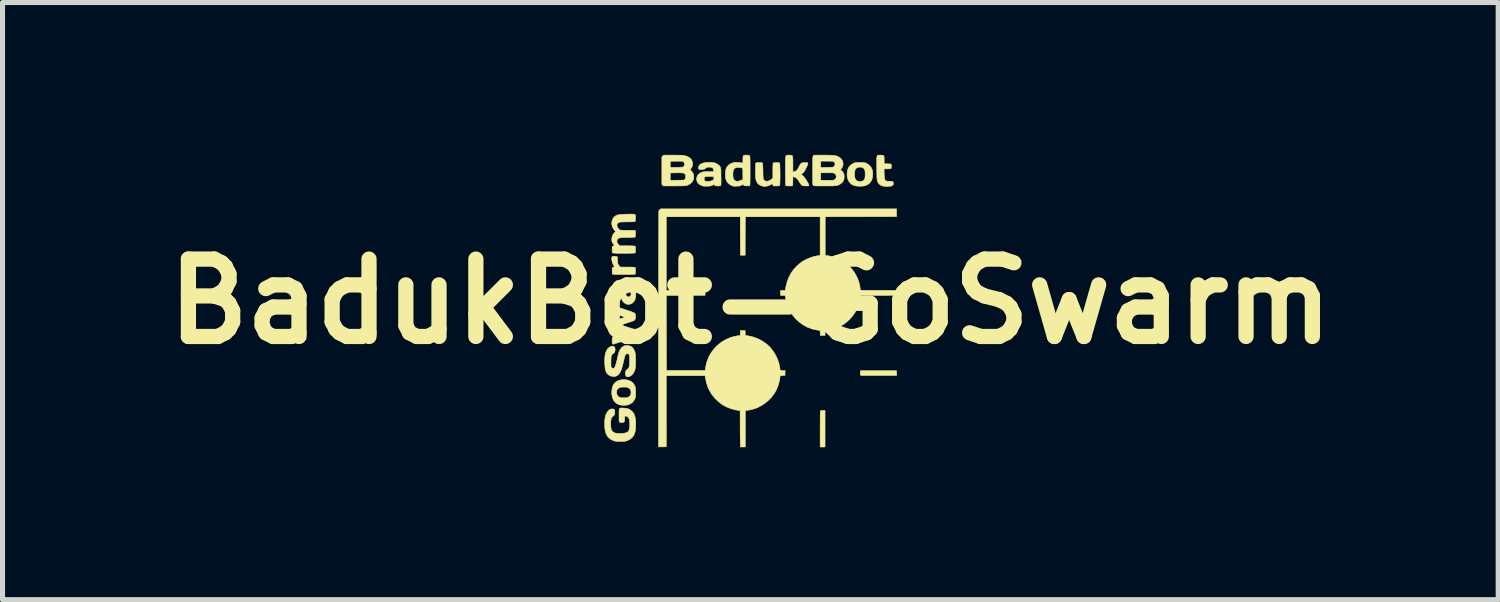
<source format=kicad_pcb>
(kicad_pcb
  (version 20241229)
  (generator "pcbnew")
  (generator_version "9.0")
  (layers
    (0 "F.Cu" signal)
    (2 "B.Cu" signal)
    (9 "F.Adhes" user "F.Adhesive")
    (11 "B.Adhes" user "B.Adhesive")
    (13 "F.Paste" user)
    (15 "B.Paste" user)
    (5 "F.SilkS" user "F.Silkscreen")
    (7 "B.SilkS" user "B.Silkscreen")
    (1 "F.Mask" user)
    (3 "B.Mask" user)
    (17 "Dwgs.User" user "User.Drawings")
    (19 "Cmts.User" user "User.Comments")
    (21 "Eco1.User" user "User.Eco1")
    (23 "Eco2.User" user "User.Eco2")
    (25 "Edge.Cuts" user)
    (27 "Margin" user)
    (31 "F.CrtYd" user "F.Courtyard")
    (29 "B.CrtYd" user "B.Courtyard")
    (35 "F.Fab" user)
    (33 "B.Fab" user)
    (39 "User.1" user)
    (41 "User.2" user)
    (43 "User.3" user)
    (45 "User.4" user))
  (footprint "BadukBot-GoSwarm"
    (layer "F.Cu")
    (at 11.728 2.887)
    (property "Reference" "BadukBot-GoSwarm" (at 0 0 0) (layer "F.SilkS") (effects (font (size 1.524 1.524) (thickness 0.3))))
    (attr through_hole)
    (fp_poly (pts (xy 2.879 1.459) (xy 2.527 1.459) (xy 2.45 1.459) (xy 2.385 1.459) (xy 2.33 1.459) (xy 2.285 1.459) (xy 2.248 1.458) (xy 2.219 1.458) (xy 2.197 1.457) (xy 2.182 1.456) (xy 2.173 1.454) (xy 2.169 1.453) (xy 2.168 1.452) (xy 2.166 1.443) (xy 2.164 1.425) (xy 2.164 1.405) (xy 2.166 1.364) (xy 2.879 1.364) (xy 2.879 1.459)) (stroke (width 0.01) (type solid)) (fill yes) (layer "F.SilkS"))
    (fp_poly (pts (xy 1.47 2.148) (xy 1.47 2.865) (xy 1.435 2.866) (xy 1.413 2.867) (xy 1.395 2.866) (xy 1.386 2.866) (xy 1.373 2.863) (xy 1.373 2.512) (xy 1.373 2.448) (xy 1.374 2.388) (xy 1.374 2.333) (xy 1.374 2.283) (xy 1.375 2.24) (xy 1.375 2.204) (xy 1.376 2.177) (xy 1.377 2.16) (xy 1.378 2.153) (xy 1.386 2.15) (xy 1.403 2.148) (xy 1.426 2.148) (xy 1.47 2.148)) (stroke (width 0.01) (type solid)) (fill yes) (layer "F.SilkS"))
    (fp_poly (pts (xy -2.652 -0.889) (xy -2.635 -0.887) (xy -2.624 -0.88) (xy -2.619 -0.867) (xy -2.617 -0.846) (xy -2.617 -0.819) (xy -2.616 -0.783) (xy -2.612 -0.756) (xy -2.606 -0.735) (xy -2.594 -0.716) (xy -2.581 -0.699) (xy -2.562 -0.678) (xy -2.424 -0.678) (xy -2.378 -0.677) (xy -2.339 -0.677) (xy -2.308 -0.675) (xy -2.286 -0.674) (xy -2.275 -0.672) (xy -2.274 -0.672) (xy -2.269 -0.668) (xy -2.266 -0.661) (xy -2.264 -0.649) (xy -2.263 -0.629) (xy -2.263 -0.605) (xy -2.264 -0.572) (xy -2.266 -0.55) (xy -2.27 -0.538) (xy -2.27 -0.537) (xy -2.278 -0.536) (xy -2.296 -0.534) (xy -2.322 -0.532) (xy -2.355 -0.531) (xy -2.394 -0.531) (xy -2.436 -0.53) (xy -2.481 -0.53) (xy -2.526 -0.53) (xy -2.569 -0.53) (xy -2.61 -0.531) (xy -2.646 -0.532) (xy -2.677 -0.533) (xy -2.699 -0.535) (xy -2.713 -0.536) (xy -2.716 -0.537) (xy -2.719 -0.548) (xy -2.722 -0.569) (xy -2.723 -0.6) (xy -2.723 -0.605) (xy -2.722 -0.633) (xy -2.722 -0.651) (xy -2.719 -0.662) (xy -2.716 -0.668) (xy -2.711 -0.672) (xy -2.696 -0.677) (xy -2.688 -0.678) (xy -2.678 -0.679) (xy -2.677 -0.683) (xy -2.682 -0.694) (xy -2.688 -0.702) (xy -2.709 -0.74) (xy -2.723 -0.786) (xy -2.729 -0.815) (xy -2.732 -0.839) (xy -2.733 -0.855) (xy -2.731 -0.866) (xy -2.726 -0.875) (xy -2.726 -0.875) (xy -2.719 -0.883) (xy -2.711 -0.888) (xy -2.697 -0.89) (xy -2.678 -0.89) (xy -2.652 -0.889)) (stroke (width 0.01) (type solid)) (fill yes) (layer "F.SilkS"))
    (fp_poly (pts (xy 2.193 -2.737) (xy 2.219 -2.737) (xy 2.239 -2.735) (xy 2.253 -2.733) (xy 2.265 -2.729) (xy 2.276 -2.725) (xy 2.322 -2.698) (xy 2.358 -2.666) (xy 2.385 -2.628) (xy 2.402 -2.583) (xy 2.41 -2.53) (xy 2.41 -2.507) (xy 2.406 -2.45) (xy 2.392 -2.4) (xy 2.37 -2.357) (xy 2.339 -2.323) (xy 2.3 -2.296) (xy 2.253 -2.279) (xy 2.241 -2.276) (xy 2.215 -2.272) (xy 2.183 -2.27) (xy 2.149 -2.27) (xy 2.114 -2.271) (xy 2.084 -2.274) (xy 2.063 -2.278) (xy 2.026 -2.29) (xy 1.998 -2.304) (xy 1.975 -2.321) (xy 1.968 -2.328) (xy 1.938 -2.366) (xy 1.918 -2.411) (xy 1.906 -2.463) (xy 1.904 -2.501) (xy 2.05 -2.501) (xy 2.053 -2.456) (xy 2.062 -2.421) (xy 2.078 -2.394) (xy 2.097 -2.377) (xy 2.121 -2.367) (xy 2.15 -2.362) (xy 2.18 -2.364) (xy 2.207 -2.371) (xy 2.216 -2.376) (xy 2.233 -2.39) (xy 2.246 -2.405) (xy 2.253 -2.424) (xy 2.258 -2.448) (xy 2.26 -2.481) (xy 2.26 -2.502) (xy 2.259 -2.54) (xy 2.257 -2.569) (xy 2.252 -2.59) (xy 2.243 -2.607) (xy 2.231 -2.62) (xy 2.22 -2.629) (xy 2.204 -2.639) (xy 2.19 -2.644) (xy 2.17 -2.646) (xy 2.159 -2.646) (xy 2.124 -2.643) (xy 2.096 -2.632) (xy 2.075 -2.614) (xy 2.061 -2.587) (xy 2.053 -2.551) (xy 2.05 -2.504) (xy 2.05 -2.501) (xy 1.904 -2.501) (xy 1.904 -2.503) (xy 1.908 -2.559) (xy 1.92 -2.608) (xy 1.941 -2.649) (xy 1.97 -2.683) (xy 2.009 -2.71) (xy 2.026 -2.719) (xy 2.042 -2.726) (xy 2.054 -2.731) (xy 2.067 -2.734) (xy 2.083 -2.736) (xy 2.103 -2.737) (xy 2.131 -2.737) (xy 2.157 -2.737) (xy 2.193 -2.737)) (stroke (width 0.01) (type solid)) (fill yes) (layer "F.SilkS"))
    (fp_poly (pts (xy 2.558 -2.882) (xy 2.563 -2.882) (xy 2.589 -2.882) (xy 2.608 -2.88) (xy 2.621 -2.874) (xy 2.629 -2.864) (xy 2.633 -2.846) (xy 2.634 -2.821) (xy 2.634 -2.786) (xy 2.634 -2.711) (xy 2.698 -2.711) (xy 2.732 -2.71) (xy 2.755 -2.708) (xy 2.768 -2.705) (xy 2.769 -2.704) (xy 2.773 -2.694) (xy 2.775 -2.677) (xy 2.776 -2.661) (xy 2.775 -2.64) (xy 2.772 -2.624) (xy 2.769 -2.618) (xy 2.759 -2.614) (xy 2.737 -2.612) (xy 2.705 -2.611) (xy 2.697 -2.611) (xy 2.633 -2.611) (xy 2.635 -2.515) (xy 2.637 -2.469) (xy 2.64 -2.433) (xy 2.646 -2.407) (xy 2.655 -2.388) (xy 2.668 -2.376) (xy 2.686 -2.37) (xy 2.71 -2.367) (xy 2.734 -2.368) (xy 2.766 -2.368) (xy 2.788 -2.366) (xy 2.8 -2.363) (xy 2.805 -2.356) (xy 2.805 -2.354) (xy 2.808 -2.346) (xy 2.811 -2.346) (xy 2.816 -2.341) (xy 2.817 -2.329) (xy 2.815 -2.313) (xy 2.81 -2.298) (xy 2.803 -2.289) (xy 2.794 -2.281) (xy 2.783 -2.276) (xy 2.765 -2.272) (xy 2.74 -2.269) (xy 2.708 -2.266) (xy 2.683 -2.264) (xy 2.662 -2.265) (xy 2.64 -2.267) (xy 2.624 -2.27) (xy 2.581 -2.281) (xy 2.547 -2.302) (xy 2.529 -2.32) (xy 2.52 -2.332) (xy 2.512 -2.343) (xy 2.506 -2.355) (xy 2.501 -2.369) (xy 2.497 -2.386) (xy 2.495 -2.408) (xy 2.492 -2.436) (xy 2.491 -2.471) (xy 2.49 -2.514) (xy 2.489 -2.566) (xy 2.488 -2.629) (xy 2.488 -2.629) (xy 2.488 -2.691) (xy 2.487 -2.741) (xy 2.487 -2.782) (xy 2.488 -2.814) (xy 2.49 -2.839) (xy 2.493 -2.856) (xy 2.498 -2.869) (xy 2.505 -2.876) (xy 2.514 -2.88) (xy 2.526 -2.882) (xy 2.54 -2.882) (xy 2.558 -2.882)) (stroke (width 0.01) (type solid)) (fill yes) (layer "F.SilkS"))
    (fp_poly (pts (xy -2.439 1.543) (xy -2.39 1.556) (xy -2.348 1.577) (xy -2.321 1.598) (xy -2.3 1.621) (xy -2.282 1.651) (xy -2.274 1.668) (xy -2.269 1.681) (xy -2.265 1.694) (xy -2.262 1.708) (xy -2.261 1.727) (xy -2.26 1.752) (xy -2.26 1.786) (xy -2.26 1.792) (xy -2.261 1.833) (xy -2.262 1.864) (xy -2.266 1.89) (xy -2.272 1.912) (xy -2.282 1.932) (xy -2.296 1.954) (xy -2.302 1.964) (xy -2.322 1.985) (xy -2.349 2.006) (xy -2.38 2.024) (xy -2.41 2.036) (xy -2.412 2.037) (xy -2.439 2.041) (xy -2.472 2.044) (xy -2.507 2.044) (xy -2.541 2.042) (xy -2.569 2.038) (xy -2.575 2.036) (xy -2.621 2.017) (xy -2.659 1.99) (xy -2.69 1.953) (xy -2.705 1.925) (xy -2.72 1.88) (xy -2.729 1.829) (xy -2.73 1.776) (xy -2.634 1.776) (xy -2.633 1.796) (xy -2.63 1.827) (xy -2.621 1.851) (xy -2.606 1.868) (xy -2.583 1.883) (xy -2.581 1.884) (xy -2.567 1.891) (xy -2.553 1.894) (xy -2.535 1.897) (xy -2.51 1.897) (xy -2.493 1.897) (xy -2.463 1.897) (xy -2.441 1.895) (xy -2.424 1.892) (xy -2.41 1.887) (xy -2.405 1.884) (xy -2.379 1.867) (xy -2.362 1.846) (xy -2.353 1.818) (xy -2.351 1.792) (xy -2.355 1.757) (xy -2.365 1.731) (xy -2.384 1.711) (xy -2.404 1.699) (xy -2.418 1.693) (xy -2.433 1.689) (xy -2.451 1.686) (xy -2.477 1.686) (xy -2.493 1.685) (xy -2.535 1.687) (xy -2.567 1.693) (xy -2.592 1.704) (xy -2.612 1.72) (xy -2.621 1.733) (xy -2.629 1.745) (xy -2.633 1.758) (xy -2.634 1.776) (xy -2.73 1.776) (xy -2.73 1.776) (xy -2.725 1.723) (xy -2.712 1.673) (xy -2.704 1.653) (xy -2.682 1.616) (xy -2.65 1.585) (xy -2.61 1.562) (xy -2.563 1.546) (xy -2.511 1.539) (xy -2.493 1.538) (xy -2.439 1.543)) (stroke (width 0.01) (type solid)) (fill yes) (layer "F.SilkS"))
    (fp_poly (pts (xy 0.205 -2.734) (xy 0.225 -2.732) (xy 0.237 -2.729) (xy 0.24 -2.727) (xy 0.241 -2.719) (xy 0.243 -2.702) (xy 0.244 -2.675) (xy 0.245 -2.642) (xy 0.247 -2.604) (xy 0.248 -2.567) (xy 0.248 -2.52) (xy 0.249 -2.483) (xy 0.25 -2.455) (xy 0.252 -2.435) (xy 0.253 -2.421) (xy 0.256 -2.411) (xy 0.258 -2.403) (xy 0.262 -2.398) (xy 0.262 -2.397) (xy 0.283 -2.378) (xy 0.309 -2.369) (xy 0.339 -2.369) (xy 0.371 -2.378) (xy 0.403 -2.397) (xy 0.421 -2.411) (xy 0.442 -2.429) (xy 0.442 -2.575) (xy 0.442 -2.625) (xy 0.443 -2.664) (xy 0.444 -2.693) (xy 0.445 -2.713) (xy 0.447 -2.724) (xy 0.449 -2.727) (xy 0.458 -2.731) (xy 0.476 -2.733) (xy 0.499 -2.734) (xy 0.524 -2.735) (xy 0.547 -2.733) (xy 0.566 -2.731) (xy 0.576 -2.728) (xy 0.576 -2.727) (xy 0.578 -2.72) (xy 0.58 -2.702) (xy 0.581 -2.675) (xy 0.582 -2.642) (xy 0.583 -2.603) (xy 0.584 -2.561) (xy 0.584 -2.517) (xy 0.584 -2.472) (xy 0.584 -2.428) (xy 0.583 -2.387) (xy 0.582 -2.351) (xy 0.581 -2.321) (xy 0.579 -2.298) (xy 0.577 -2.285) (xy 0.576 -2.282) (xy 0.566 -2.278) (xy 0.545 -2.276) (xy 0.514 -2.275) (xy 0.509 -2.275) (xy 0.448 -2.275) (xy 0.445 -2.291) (xy 0.44 -2.309) (xy 0.437 -2.318) (xy 0.432 -2.319) (xy 0.424 -2.315) (xy 0.423 -2.314) (xy 0.378 -2.288) (xy 0.33 -2.272) (xy 0.281 -2.266) (xy 0.247 -2.269) (xy 0.213 -2.279) (xy 0.181 -2.295) (xy 0.153 -2.315) (xy 0.143 -2.326) (xy 0.131 -2.345) (xy 0.119 -2.368) (xy 0.112 -2.385) (xy 0.109 -2.398) (xy 0.106 -2.41) (xy 0.104 -2.424) (xy 0.102 -2.442) (xy 0.101 -2.465) (xy 0.1 -2.495) (xy 0.1 -2.534) (xy 0.1 -2.571) (xy 0.1 -2.622) (xy 0.101 -2.661) (xy 0.102 -2.691) (xy 0.103 -2.711) (xy 0.105 -2.723) (xy 0.107 -2.727) (xy 0.116 -2.731) (xy 0.134 -2.733) (xy 0.157 -2.734) (xy 0.181 -2.735) (xy 0.205 -2.734)) (stroke (width 0.01) (type solid)) (fill yes) (layer "F.SilkS"))
    (fp_poly (pts (xy -2.353 -0.43) (xy -2.321 -0.429) (xy -2.297 -0.427) (xy -2.282 -0.425) (xy -2.28 -0.424) (xy -2.263 -0.417) (xy -2.264 -0.36) (xy -2.265 -0.334) (xy -2.267 -0.317) (xy -2.269 -0.307) (xy -2.273 -0.301) (xy -2.28 -0.297) (xy -2.281 -0.296) (xy -2.296 -0.289) (xy -2.28 -0.255) (xy -2.265 -0.216) (xy -2.258 -0.171) (xy -2.256 -0.123) (xy -2.261 -0.077) (xy -2.273 -0.036) (xy -2.275 -0.031) (xy -2.295 0.003) (xy -2.322 0.03) (xy -2.354 0.048) (xy -2.39 0.057) (xy -2.426 0.055) (xy -2.45 0.048) (xy -2.484 0.028) (xy -2.511 -0.001) (xy -2.527 -0.029) (xy -2.533 -0.042) (xy -2.537 -0.053) (xy -2.54 -0.066) (xy -2.542 -0.083) (xy -2.543 -0.105) (xy -2.544 -0.123) (xy -2.452 -0.123) (xy -2.435 -0.106) (xy -2.414 -0.091) (xy -2.395 -0.089) (xy -2.376 -0.098) (xy -2.366 -0.107) (xy -2.358 -0.118) (xy -2.353 -0.128) (xy -2.352 -0.141) (xy -2.352 -0.161) (xy -2.353 -0.171) (xy -2.356 -0.203) (xy -2.363 -0.231) (xy -2.371 -0.249) (xy -2.388 -0.283) (xy -2.418 -0.282) (xy -2.449 -0.28) (xy -2.452 -0.123) (xy -2.544 -0.123) (xy -2.544 -0.135) (xy -2.545 -0.169) (xy -2.547 -0.277) (xy -2.567 -0.277) (xy -2.594 -0.273) (xy -2.614 -0.26) (xy -2.627 -0.238) (xy -2.634 -0.207) (xy -2.634 -0.189) (xy -2.633 -0.162) (xy -2.628 -0.142) (xy -2.617 -0.123) (xy -2.604 -0.107) (xy -2.596 -0.097) (xy -2.591 -0.087) (xy -2.588 -0.073) (xy -2.587 -0.053) (xy -2.587 -0.039) (xy -2.588 -0.011) (xy -2.591 0.007) (xy -2.597 0.018) (xy -2.607 0.023) (xy -2.619 0.024) (xy -2.643 0.018) (xy -2.668 0.004) (xy -2.689 -0.017) (xy -2.7 -0.033) (xy -2.709 -0.05) (xy -2.715 -0.065) (xy -2.719 -0.081) (xy -2.723 -0.102) (xy -2.726 -0.129) (xy -2.729 -0.15) (xy -2.731 -0.212) (xy -2.726 -0.267) (xy -2.713 -0.315) (xy -2.693 -0.355) (xy -2.666 -0.387) (xy -2.631 -0.41) (xy -2.617 -0.416) (xy -2.602 -0.419) (xy -2.578 -0.422) (xy -2.547 -0.425) (xy -2.51 -0.427) (xy -2.47 -0.429) (xy -2.429 -0.43) (xy -2.389 -0.43) (xy -2.353 -0.43)) (stroke (width 0.01) (type solid)) (fill yes) (layer "F.SilkS"))
    (fp_poly (pts (xy -1.521 -2.882) (xy -1.467 -2.882) (xy -1.423 -2.881) (xy -1.388 -2.881) (xy -1.36 -2.88) (xy -1.338 -2.878) (xy -1.32 -2.877) (xy -1.305 -2.874) (xy -1.29 -2.871) (xy -1.29 -2.871) (xy -1.24 -2.855) (xy -1.2 -2.832) (xy -1.169 -2.803) (xy -1.149 -2.768) (xy -1.139 -2.728) (xy -1.137 -2.706) (xy -1.142 -2.67) (xy -1.158 -2.636) (xy -1.17 -2.619) (xy -1.189 -2.596) (xy -1.161 -2.569) (xy -1.135 -2.537) (xy -1.119 -2.499) (xy -1.114 -2.457) (xy -1.119 -2.412) (xy -1.123 -2.4) (xy -1.139 -2.366) (xy -1.165 -2.335) (xy -1.199 -2.309) (xy -1.239 -2.29) (xy -1.268 -2.281) (xy -1.28 -2.28) (xy -1.303 -2.278) (xy -1.335 -2.277) (xy -1.375 -2.276) (xy -1.42 -2.276) (xy -1.471 -2.275) (xy -1.503 -2.275) (xy -1.712 -2.275) (xy -1.728 -2.289) (xy -1.744 -2.304) (xy -1.744 -2.386) (xy -1.58 -2.386) (xy -1.444 -2.388) (xy -1.309 -2.39) (xy -1.292 -2.406) (xy -1.283 -2.416) (xy -1.278 -2.427) (xy -1.276 -2.442) (xy -1.276 -2.461) (xy -1.277 -2.483) (xy -1.279 -2.497) (xy -1.284 -2.506) (xy -1.292 -2.514) (xy -1.302 -2.521) (xy -1.313 -2.526) (xy -1.328 -2.529) (xy -1.348 -2.532) (xy -1.375 -2.533) (xy -1.411 -2.534) (xy -1.456 -2.533) (xy -1.467 -2.533) (xy -1.576 -2.531) (xy -1.58 -2.386) (xy -1.744 -2.386) (xy -1.744 -2.684) (xy -1.579 -2.684) (xy -1.578 -2.663) (xy -1.577 -2.65) (xy -1.577 -2.647) (xy -1.574 -2.645) (xy -1.567 -2.643) (xy -1.554 -2.641) (xy -1.535 -2.641) (xy -1.506 -2.641) (xy -1.469 -2.641) (xy -1.454 -2.641) (xy -1.417 -2.642) (xy -1.384 -2.644) (xy -1.356 -2.645) (xy -1.336 -2.647) (xy -1.325 -2.648) (xy -1.324 -2.649) (xy -1.31 -2.661) (xy -1.3 -2.681) (xy -1.297 -2.703) (xy -1.3 -2.725) (xy -1.31 -2.743) (xy -1.311 -2.743) (xy -1.319 -2.75) (xy -1.328 -2.756) (xy -1.341 -2.759) (xy -1.359 -2.762) (xy -1.383 -2.763) (xy -1.415 -2.763) (xy -1.457 -2.763) (xy -1.47 -2.763) (xy -1.576 -2.761) (xy -1.578 -2.708) (xy -1.579 -2.684) (xy -1.744 -2.684) (xy -1.744 -2.848) (xy -1.726 -2.865) (xy -1.707 -2.882) (xy -1.521 -2.882)) (stroke (width 0.01) (type solid)) (fill yes) (layer "F.SilkS"))
    (fp_poly (pts (xy -0.05 -2.881) (xy -0.033 -2.88) (xy -0.022 -2.876) (xy -0.016 -2.871) (xy -0.013 -2.868) (xy -0.012 -2.862) (xy -0.01 -2.854) (xy -0.009 -2.842) (xy -0.008 -2.824) (xy -0.007 -2.801) (xy -0.007 -2.77) (xy -0.006 -2.732) (xy -0.006 -2.685) (xy -0.006 -2.627) (xy -0.006 -2.574) (xy -0.006 -2.507) (xy -0.006 -2.451) (xy -0.006 -2.405) (xy -0.007 -2.367) (xy -0.008 -2.338) (xy -0.008 -2.316) (xy -0.009 -2.3) (xy -0.011 -2.29) (xy -0.013 -2.284) (xy -0.014 -2.281) (xy -0.025 -2.278) (xy -0.047 -2.276) (xy -0.075 -2.276) (xy -0.1 -2.277) (xy -0.116 -2.279) (xy -0.125 -2.282) (xy -0.13 -2.287) (xy -0.133 -2.291) (xy -0.137 -2.3) (xy -0.142 -2.303) (xy -0.151 -2.301) (xy -0.166 -2.294) (xy -0.178 -2.288) (xy -0.194 -2.281) (xy -0.208 -2.276) (xy -0.225 -2.273) (xy -0.248 -2.272) (xy -0.274 -2.271) (xy -0.301 -2.27) (xy -0.325 -2.271) (xy -0.341 -2.272) (xy -0.348 -2.273) (xy -0.395 -2.296) (xy -0.431 -2.323) (xy -0.459 -2.356) (xy -0.478 -2.393) (xy -0.484 -2.411) (xy -0.488 -2.428) (xy -0.491 -2.448) (xy -0.492 -2.472) (xy -0.492 -2.505) (xy -0.345 -2.505) (xy -0.343 -2.462) (xy -0.337 -2.428) (xy -0.327 -2.404) (xy -0.312 -2.386) (xy -0.29 -2.373) (xy -0.277 -2.369) (xy -0.254 -2.366) (xy -0.225 -2.372) (xy -0.188 -2.385) (xy -0.184 -2.387) (xy -0.147 -2.404) (xy -0.149 -2.514) (xy -0.15 -2.624) (xy -0.177 -2.632) (xy -0.208 -2.639) (xy -0.241 -2.64) (xy -0.271 -2.638) (xy -0.295 -2.63) (xy -0.301 -2.627) (xy -0.319 -2.611) (xy -0.332 -2.592) (xy -0.34 -2.567) (xy -0.344 -2.535) (xy -0.345 -2.505) (xy -0.492 -2.505) (xy -0.49 -2.554) (xy -0.485 -2.593) (xy -0.475 -2.626) (xy -0.459 -2.653) (xy -0.442 -2.674) (xy -0.404 -2.705) (xy -0.36 -2.727) (xy -0.309 -2.738) (xy -0.252 -2.74) (xy -0.193 -2.732) (xy -0.173 -2.729) (xy -0.157 -2.727) (xy -0.15 -2.728) (xy -0.15 -2.728) (xy -0.149 -2.734) (xy -0.148 -2.75) (xy -0.148 -2.773) (xy -0.147 -2.796) (xy -0.147 -2.83) (xy -0.145 -2.853) (xy -0.14 -2.868) (xy -0.13 -2.877) (xy -0.114 -2.881) (xy -0.09 -2.882) (xy -0.076 -2.882) (xy -0.05 -2.881)) (stroke (width 0.01) (type solid)) (fill yes) (layer "F.SilkS"))
    (fp_poly (pts (xy 0.751 -2.882) (xy 0.762 -2.882) (xy 0.783 -2.882) (xy 0.8 -2.881) (xy 0.813 -2.879) (xy 0.822 -2.873) (xy 0.829 -2.863) (xy 0.833 -2.847) (xy 0.836 -2.825) (xy 0.837 -2.794) (xy 0.837 -2.754) (xy 0.837 -2.705) (xy 0.837 -2.551) (xy 0.859 -2.555) (xy 0.882 -2.561) (xy 0.902 -2.573) (xy 0.92 -2.59) (xy 0.937 -2.616) (xy 0.954 -2.649) (xy 0.97 -2.681) (xy 0.984 -2.704) (xy 0.997 -2.719) (xy 1.012 -2.728) (xy 1.031 -2.733) (xy 1.057 -2.734) (xy 1.073 -2.734) (xy 1.099 -2.734) (xy 1.117 -2.733) (xy 1.129 -2.73) (xy 1.134 -2.722) (xy 1.133 -2.71) (xy 1.127 -2.691) (xy 1.114 -2.663) (xy 1.099 -2.631) (xy 1.078 -2.589) (xy 1.058 -2.557) (xy 1.04 -2.535) (xy 1.022 -2.521) (xy 1.014 -2.516) (xy 1 -2.509) (xy 0.997 -2.502) (xy 1.006 -2.496) (xy 1.006 -2.496) (xy 1.023 -2.487) (xy 1.043 -2.468) (xy 1.065 -2.441) (xy 1.091 -2.404) (xy 1.114 -2.366) (xy 1.134 -2.334) (xy 1.146 -2.31) (xy 1.153 -2.294) (xy 1.151 -2.284) (xy 1.143 -2.278) (xy 1.127 -2.275) (xy 1.102 -2.275) (xy 1.092 -2.275) (xy 1.056 -2.276) (xy 1.03 -2.28) (xy 1.02 -2.283) (xy 1.007 -2.294) (xy 0.991 -2.312) (xy 0.975 -2.335) (xy 0.959 -2.361) (xy 0.955 -2.369) (xy 0.944 -2.387) (xy 0.929 -2.406) (xy 0.913 -2.424) (xy 0.899 -2.437) (xy 0.894 -2.441) (xy 0.879 -2.447) (xy 0.861 -2.451) (xy 0.859 -2.452) (xy 0.837 -2.456) (xy 0.837 -2.377) (xy 0.836 -2.346) (xy 0.835 -2.32) (xy 0.833 -2.299) (xy 0.831 -2.287) (xy 0.831 -2.286) (xy 0.827 -2.281) (xy 0.82 -2.278) (xy 0.808 -2.276) (xy 0.789 -2.275) (xy 0.764 -2.275) (xy 0.731 -2.276) (xy 0.709 -2.278) (xy 0.697 -2.281) (xy 0.697 -2.282) (xy 0.695 -2.287) (xy 0.693 -2.298) (xy 0.692 -2.316) (xy 0.691 -2.342) (xy 0.691 -2.377) (xy 0.69 -2.421) (xy 0.69 -2.475) (xy 0.69 -2.539) (xy 0.69 -2.576) (xy 0.689 -2.644) (xy 0.689 -2.701) (xy 0.689 -2.748) (xy 0.69 -2.787) (xy 0.691 -2.817) (xy 0.693 -2.84) (xy 0.697 -2.857) (xy 0.701 -2.869) (xy 0.707 -2.877) (xy 0.715 -2.881) (xy 0.725 -2.882) (xy 0.737 -2.882) (xy 0.751 -2.882)) (stroke (width 0.01) (type solid)) (fill yes) (layer "F.SilkS"))
    (fp_poly (pts (xy -0.784 -2.739) (xy -0.752 -2.738) (xy -0.729 -2.735) (xy -0.711 -2.732) (xy -0.694 -2.726) (xy -0.681 -2.721) (xy -0.645 -2.702) (xy -0.62 -2.683) (xy -0.601 -2.662) (xy -0.594 -2.65) (xy -0.59 -2.642) (xy -0.587 -2.634) (xy -0.584 -2.625) (xy -0.583 -2.612) (xy -0.581 -2.594) (xy -0.58 -2.57) (xy -0.58 -2.539) (xy -0.579 -2.498) (xy -0.579 -2.459) (xy -0.578 -2.405) (xy -0.578 -2.362) (xy -0.579 -2.33) (xy -0.58 -2.306) (xy -0.581 -2.291) (xy -0.583 -2.284) (xy -0.584 -2.283) (xy -0.592 -2.279) (xy -0.608 -2.276) (xy -0.633 -2.275) (xy -0.642 -2.275) (xy -0.671 -2.276) (xy -0.691 -2.278) (xy -0.702 -2.284) (xy -0.707 -2.293) (xy -0.707 -2.3) (xy -0.708 -2.305) (xy -0.713 -2.305) (xy -0.724 -2.301) (xy -0.743 -2.292) (xy -0.744 -2.291) (xy -0.761 -2.283) (xy -0.775 -2.278) (xy -0.79 -2.274) (xy -0.809 -2.272) (xy -0.834 -2.271) (xy -0.852 -2.271) (xy -0.885 -2.27) (xy -0.91 -2.271) (xy -0.93 -2.273) (xy -0.947 -2.277) (xy -0.953 -2.28) (xy -0.994 -2.299) (xy -1.026 -2.324) (xy -1.047 -2.354) (xy -1.058 -2.391) (xy -1.059 -2.397) (xy -1.059 -2.406) (xy -0.911 -2.406) (xy -0.904 -2.386) (xy -0.891 -2.373) (xy -0.872 -2.366) (xy -0.845 -2.364) (xy -0.814 -2.366) (xy -0.782 -2.372) (xy -0.753 -2.382) (xy -0.753 -2.382) (xy -0.718 -2.398) (xy -0.72 -2.429) (xy -0.722 -2.46) (xy -0.795 -2.462) (xy -0.833 -2.462) (xy -0.861 -2.461) (xy -0.881 -2.458) (xy -0.894 -2.451) (xy -0.903 -2.442) (xy -0.908 -2.431) (xy -0.911 -2.406) (xy -1.059 -2.406) (xy -1.058 -2.436) (xy -1.046 -2.471) (xy -1.025 -2.502) (xy -0.994 -2.526) (xy -0.953 -2.544) (xy -0.953 -2.545) (xy -0.936 -2.55) (xy -0.919 -2.553) (xy -0.9 -2.556) (xy -0.876 -2.557) (xy -0.845 -2.558) (xy -0.819 -2.558) (xy -0.725 -2.558) (xy -0.725 -2.578) (xy -0.729 -2.606) (xy -0.741 -2.626) (xy -0.761 -2.639) (xy -0.791 -2.645) (xy -0.81 -2.646) (xy -0.838 -2.645) (xy -0.859 -2.64) (xy -0.876 -2.631) (xy -0.892 -2.617) (xy -0.901 -2.61) (xy -0.912 -2.605) (xy -0.927 -2.602) (xy -0.949 -2.6) (xy -0.958 -2.6) (xy -0.988 -2.599) (xy -1.008 -2.602) (xy -1.019 -2.607) (xy -1.024 -2.618) (xy -1.024 -2.633) (xy -1.024 -2.635) (xy -1.014 -2.667) (xy -0.995 -2.693) (xy -0.966 -2.714) (xy -0.926 -2.728) (xy -0.877 -2.737) (xy -0.817 -2.74) (xy -0.784 -2.739)) (stroke (width 0.01) (type solid)) (fill yes) (layer "F.SilkS"))
    (fp_poly (pts (xy -2.531 2.098) (xy -2.505 2.099) (xy -2.5 2.099) (xy -2.455 2.103) (xy -2.418 2.11) (xy -2.388 2.122) (xy -2.36 2.139) (xy -2.333 2.162) (xy -2.33 2.165) (xy -2.308 2.19) (xy -2.293 2.212) (xy -2.282 2.236) (xy -2.282 2.238) (xy -2.27 2.282) (xy -2.262 2.336) (xy -2.258 2.398) (xy -2.259 2.463) (xy -2.263 2.517) (xy -2.27 2.561) (xy -2.28 2.598) (xy -2.294 2.63) (xy -2.301 2.643) (xy -2.327 2.677) (xy -2.363 2.707) (xy -2.405 2.732) (xy -2.451 2.749) (xy -2.462 2.751) (xy -2.485 2.755) (xy -2.517 2.757) (xy -2.552 2.757) (xy -2.589 2.757) (xy -2.623 2.755) (xy -2.652 2.753) (xy -2.667 2.75) (xy -2.719 2.732) (xy -2.764 2.706) (xy -2.802 2.672) (xy -2.83 2.631) (xy -2.835 2.621) (xy -2.849 2.585) (xy -2.859 2.547) (xy -2.866 2.503) (xy -2.869 2.452) (xy -2.87 2.403) (xy -2.868 2.342) (xy -2.862 2.289) (xy -2.852 2.245) (xy -2.837 2.208) (xy -2.816 2.174) (xy -2.801 2.156) (xy -2.778 2.134) (xy -2.755 2.121) (xy -2.729 2.116) (xy -2.72 2.116) (xy -2.697 2.118) (xy -2.682 2.126) (xy -2.674 2.141) (xy -2.67 2.166) (xy -2.67 2.179) (xy -2.671 2.208) (xy -2.677 2.229) (xy -2.687 2.245) (xy -2.704 2.26) (xy -2.721 2.273) (xy -2.732 2.287) (xy -2.74 2.305) (xy -2.745 2.33) (xy -2.747 2.34) (xy -2.75 2.37) (xy -2.751 2.406) (xy -2.75 2.445) (xy -2.747 2.482) (xy -2.743 2.513) (xy -2.743 2.515) (xy -2.732 2.54) (xy -2.713 2.563) (xy -2.687 2.581) (xy -2.668 2.589) (xy -2.64 2.595) (xy -2.604 2.599) (xy -2.564 2.6) (xy -2.524 2.599) (xy -2.488 2.595) (xy -2.458 2.588) (xy -2.455 2.587) (xy -2.431 2.578) (xy -2.415 2.569) (xy -2.404 2.558) (xy -2.395 2.542) (xy -2.391 2.534) (xy -2.385 2.516) (xy -2.38 2.494) (xy -2.378 2.464) (xy -2.376 2.44) (xy -2.376 2.386) (xy -2.381 2.341) (xy -2.391 2.307) (xy -2.407 2.282) (xy -2.429 2.265) (xy -2.456 2.256) (xy -2.457 2.256) (xy -2.464 2.256) (xy -2.469 2.258) (xy -2.472 2.265) (xy -2.474 2.279) (xy -2.475 2.301) (xy -2.476 2.31) (xy -2.478 2.336) (xy -2.48 2.354) (xy -2.484 2.365) (xy -2.489 2.373) (xy -2.493 2.376) (xy -2.51 2.384) (xy -2.532 2.387) (xy -2.555 2.385) (xy -2.573 2.378) (xy -2.574 2.378) (xy -2.578 2.374) (xy -2.582 2.37) (xy -2.584 2.363) (xy -2.586 2.352) (xy -2.586 2.335) (xy -2.587 2.311) (xy -2.587 2.278) (xy -2.587 2.243) (xy -2.587 2.197) (xy -2.587 2.162) (xy -2.585 2.137) (xy -2.582 2.118) (xy -2.575 2.107) (xy -2.565 2.1) (xy -2.55 2.098) (xy -2.531 2.098)) (stroke (width 0.01) (type solid)) (fill yes) (layer "F.SilkS"))
    (fp_poly (pts (xy -2.413 0.868) (xy -2.372 0.876) (xy -2.337 0.894) (xy -2.309 0.923) (xy -2.287 0.96) (xy -2.271 1.006) (xy -2.267 1.025) (xy -2.264 1.043) (xy -2.262 1.065) (xy -2.261 1.092) (xy -2.261 1.126) (xy -2.261 1.169) (xy -2.261 1.176) (xy -2.261 1.225) (xy -2.262 1.265) (xy -2.265 1.298) (xy -2.269 1.324) (xy -2.275 1.348) (xy -2.283 1.369) (xy -2.293 1.392) (xy -2.295 1.396) (xy -2.314 1.426) (xy -2.338 1.45) (xy -2.364 1.469) (xy -2.39 1.481) (xy -2.415 1.485) (xy -2.437 1.48) (xy -2.446 1.474) (xy -2.455 1.462) (xy -2.461 1.443) (xy -2.462 1.433) (xy -2.463 1.402) (xy -2.46 1.379) (xy -2.45 1.36) (xy -2.434 1.344) (xy -2.428 1.339) (xy -2.413 1.326) (xy -2.401 1.314) (xy -2.392 1.299) (xy -2.386 1.28) (xy -2.382 1.256) (xy -2.38 1.225) (xy -2.379 1.184) (xy -2.379 1.165) (xy -2.379 1.128) (xy -2.379 1.1) (xy -2.379 1.08) (xy -2.381 1.067) (xy -2.383 1.057) (xy -2.387 1.05) (xy -2.39 1.045) (xy -2.407 1.03) (xy -2.425 1.026) (xy -2.443 1.033) (xy -2.46 1.05) (xy -2.467 1.062) (xy -2.471 1.072) (xy -2.476 1.092) (xy -2.484 1.12) (xy -2.491 1.152) (xy -2.499 1.185) (xy -2.515 1.252) (xy -2.531 1.308) (xy -2.547 1.354) (xy -2.564 1.391) (xy -2.582 1.421) (xy -2.602 1.443) (xy -2.624 1.46) (xy -2.649 1.472) (xy -2.654 1.473) (xy -2.69 1.479) (xy -2.727 1.475) (xy -2.764 1.463) (xy -2.797 1.443) (xy -2.823 1.418) (xy -2.827 1.412) (xy -2.841 1.387) (xy -2.851 1.359) (xy -2.859 1.326) (xy -2.864 1.285) (xy -2.868 1.236) (xy -2.869 1.201) (xy -2.869 1.137) (xy -2.865 1.082) (xy -2.858 1.036) (xy -2.846 0.996) (xy -2.83 0.962) (xy -2.81 0.931) (xy -2.788 0.91) (xy -2.762 0.893) (xy -2.735 0.883) (xy -2.709 0.88) (xy -2.693 0.884) (xy -2.677 0.895) (xy -2.668 0.914) (xy -2.664 0.942) (xy -2.664 0.951) (xy -2.669 0.984) (xy -2.682 1.01) (xy -2.703 1.028) (xy -2.716 1.037) (xy -2.726 1.046) (xy -2.734 1.056) (xy -2.738 1.071) (xy -2.742 1.091) (xy -2.744 1.118) (xy -2.745 1.155) (xy -2.745 1.179) (xy -2.746 1.218) (xy -2.746 1.247) (xy -2.745 1.267) (xy -2.744 1.282) (xy -2.742 1.291) (xy -2.739 1.297) (xy -2.736 1.301) (xy -2.722 1.312) (xy -2.71 1.317) (xy -2.697 1.318) (xy -2.684 1.311) (xy -2.673 1.297) (xy -2.662 1.275) (xy -2.651 1.245) (xy -2.639 1.204) (xy -2.627 1.153) (xy -2.619 1.117) (xy -2.607 1.064) (xy -2.596 1.022) (xy -2.584 0.987) (xy -2.572 0.959) (xy -2.557 0.935) (xy -2.54 0.914) (xy -2.532 0.906) (xy -2.505 0.885) (xy -2.475 0.872) (xy -2.441 0.867) (xy -2.413 0.868)) (stroke (width 0.01) (type solid)) (fill yes) (layer "F.SilkS"))
    (fp_poly (pts (xy 1.44 -2.882) (xy 1.503 -2.882) (xy 1.555 -2.881) (xy 1.598 -2.879) (xy 1.634 -2.877) (xy 1.663 -2.874) (xy 1.687 -2.869) (xy 1.707 -2.863) (xy 1.725 -2.855) (xy 1.742 -2.845) (xy 1.754 -2.837) (xy 1.779 -2.818) (xy 1.797 -2.799) (xy 1.81 -2.776) (xy 1.818 -2.753) (xy 1.826 -2.715) (xy 1.823 -2.68) (xy 1.809 -2.645) (xy 1.798 -2.627) (xy 1.786 -2.61) (xy 1.777 -2.597) (xy 1.774 -2.591) (xy 1.774 -2.591) (xy 1.778 -2.587) (xy 1.79 -2.579) (xy 1.794 -2.576) (xy 1.812 -2.561) (xy 1.829 -2.537) (xy 1.831 -2.533) (xy 1.839 -2.514) (xy 1.844 -2.497) (xy 1.846 -2.477) (xy 1.847 -2.455) (xy 1.843 -2.411) (xy 1.831 -2.375) (xy 1.81 -2.345) (xy 1.779 -2.319) (xy 1.762 -2.309) (xy 1.747 -2.3) (xy 1.732 -2.293) (xy 1.717 -2.288) (xy 1.7 -2.283) (xy 1.68 -2.28) (xy 1.656 -2.278) (xy 1.625 -2.276) (xy 1.588 -2.275) (xy 1.541 -2.275) (xy 1.485 -2.275) (xy 1.46 -2.275) (xy 1.405 -2.275) (xy 1.36 -2.275) (xy 1.324 -2.275) (xy 1.297 -2.276) (xy 1.277 -2.276) (xy 1.262 -2.278) (xy 1.252 -2.279) (xy 1.245 -2.281) (xy 1.241 -2.284) (xy 1.238 -2.287) (xy 1.235 -2.29) (xy 1.233 -2.294) (xy 1.231 -2.3) (xy 1.229 -2.308) (xy 1.228 -2.321) (xy 1.227 -2.339) (xy 1.227 -2.363) (xy 1.226 -2.394) (xy 1.226 -2.433) (xy 1.226 -2.482) (xy 1.226 -2.534) (xy 1.385 -2.534) (xy 1.385 -2.387) (xy 1.513 -2.387) (xy 1.556 -2.387) (xy 1.588 -2.387) (xy 1.613 -2.388) (xy 1.63 -2.389) (xy 1.642 -2.391) (xy 1.651 -2.394) (xy 1.659 -2.397) (xy 1.659 -2.398) (xy 1.678 -2.415) (xy 1.688 -2.437) (xy 1.69 -2.462) (xy 1.685 -2.487) (xy 1.673 -2.508) (xy 1.655 -2.524) (xy 1.638 -2.53) (xy 1.626 -2.532) (xy 1.605 -2.533) (xy 1.576 -2.533) (xy 1.542 -2.534) (xy 1.505 -2.534) (xy 1.502 -2.534) (xy 1.385 -2.534) (xy 1.226 -2.534) (xy 1.226 -2.541) (xy 1.226 -2.575) (xy 1.226 -2.639) (xy 1.226 -2.692) (xy 1.226 -2.736) (xy 1.226 -2.764) (xy 1.385 -2.764) (xy 1.385 -2.639) (xy 1.508 -2.641) (xy 1.549 -2.642) (xy 1.58 -2.643) (xy 1.603 -2.644) (xy 1.619 -2.645) (xy 1.63 -2.647) (xy 1.637 -2.65) (xy 1.643 -2.654) (xy 1.647 -2.657) (xy 1.661 -2.677) (xy 1.666 -2.7) (xy 1.664 -2.723) (xy 1.653 -2.743) (xy 1.635 -2.756) (xy 1.623 -2.759) (xy 1.605 -2.761) (xy 1.579 -2.763) (xy 1.544 -2.764) (xy 1.5 -2.764) (xy 1.385 -2.764) (xy 1.226 -2.764) (xy 1.226 -2.771) (xy 1.227 -2.799) (xy 1.228 -2.82) (xy 1.229 -2.835) (xy 1.23 -2.847) (xy 1.232 -2.854) (xy 1.234 -2.86) (xy 1.236 -2.864) (xy 1.238 -2.866) (xy 1.25 -2.882) (xy 1.44 -2.882)) (stroke (width 0.01) (type solid)) (fill yes) (layer "F.SilkS"))
    (fp_poly (pts (xy -2.33 -1.72) (xy -2.312 -1.72) (xy -2.299 -1.718) (xy -2.289 -1.716) (xy -2.282 -1.713) (xy -2.282 -1.713) (xy -2.263 -1.703) (xy -2.263 -1.641) (xy -2.263 -1.613) (xy -2.264 -1.595) (xy -2.266 -1.584) (xy -2.27 -1.577) (xy -2.274 -1.574) (xy -2.284 -1.572) (xy -2.304 -1.57) (xy -2.334 -1.569) (xy -2.372 -1.568) (xy -2.416 -1.568) (xy -2.42 -1.568) (xy -2.464 -1.567) (xy -2.502 -1.566) (xy -2.535 -1.565) (xy -2.56 -1.564) (xy -2.576 -1.562) (xy -2.578 -1.561) (xy -2.603 -1.549) (xy -2.62 -1.531) (xy -2.628 -1.509) (xy -2.627 -1.483) (xy -2.617 -1.457) (xy -2.598 -1.431) (xy -2.58 -1.414) (xy -2.574 -1.411) (xy -2.568 -1.408) (xy -2.558 -1.406) (xy -2.545 -1.404) (xy -2.525 -1.403) (xy -2.498 -1.402) (xy -2.463 -1.402) (xy -2.417 -1.401) (xy -2.415 -1.401) (xy -2.266 -1.4) (xy -2.264 -1.339) (xy -2.264 -1.308) (xy -2.265 -1.285) (xy -2.268 -1.272) (xy -2.269 -1.27) (xy -2.274 -1.267) (xy -2.285 -1.265) (xy -2.304 -1.263) (xy -2.331 -1.262) (xy -2.367 -1.261) (xy -2.414 -1.26) (xy -2.421 -1.26) (xy -2.472 -1.259) (xy -2.512 -1.258) (xy -2.544 -1.256) (xy -2.568 -1.253) (xy -2.586 -1.249) (xy -2.599 -1.244) (xy -2.609 -1.237) (xy -2.616 -1.228) (xy -2.619 -1.225) (xy -2.626 -1.207) (xy -2.628 -1.184) (xy -2.625 -1.162) (xy -2.622 -1.153) (xy -2.614 -1.141) (xy -2.601 -1.126) (xy -2.594 -1.118) (xy -2.573 -1.096) (xy -2.429 -1.096) (xy -2.382 -1.096) (xy -2.342 -1.095) (xy -2.31 -1.094) (xy -2.288 -1.092) (xy -2.276 -1.09) (xy -2.274 -1.09) (xy -2.269 -1.086) (xy -2.266 -1.079) (xy -2.264 -1.068) (xy -2.263 -1.048) (xy -2.263 -1.022) (xy -2.263 -0.995) (xy -2.264 -0.976) (xy -2.266 -0.965) (xy -2.27 -0.958) (xy -2.274 -0.955) (xy -2.283 -0.953) (xy -2.302 -0.952) (xy -2.33 -0.951) (xy -2.364 -0.95) (xy -2.403 -0.949) (xy -2.446 -0.949) (xy -2.49 -0.949) (xy -2.535 -0.949) (xy -2.578 -0.949) (xy -2.618 -0.95) (xy -2.653 -0.951) (xy -2.681 -0.952) (xy -2.701 -0.953) (xy -2.712 -0.955) (xy -2.712 -0.955) (xy -2.717 -0.96) (xy -2.72 -0.968) (xy -2.722 -0.981) (xy -2.723 -1.003) (xy -2.723 -1.022) (xy -2.722 -1.051) (xy -2.721 -1.071) (xy -2.718 -1.083) (xy -2.711 -1.09) (xy -2.701 -1.094) (xy -2.692 -1.096) (xy -2.675 -1.099) (xy -2.696 -1.127) (xy -2.713 -1.152) (xy -2.724 -1.174) (xy -2.729 -1.198) (xy -2.73 -1.224) (xy -2.725 -1.27) (xy -2.712 -1.309) (xy -2.688 -1.343) (xy -2.681 -1.35) (xy -2.654 -1.377) (xy -2.675 -1.4) (xy -2.704 -1.441) (xy -2.723 -1.485) (xy -2.731 -1.53) (xy -2.728 -1.572) (xy -2.719 -1.606) (xy -2.707 -1.633) (xy -2.688 -1.658) (xy -2.685 -1.661) (xy -2.669 -1.676) (xy -2.652 -1.688) (xy -2.633 -1.698) (xy -2.609 -1.705) (xy -2.579 -1.71) (xy -2.542 -1.714) (xy -2.497 -1.717) (xy -2.441 -1.719) (xy -2.434 -1.719) (xy -2.39 -1.72) (xy -2.356 -1.721) (xy -2.33 -1.72)) (stroke (width 0.01) (type solid)) (fill yes) (layer "F.SilkS"))
    (fp_poly (pts (xy -2.694 0.088) (xy -2.683 0.09) (xy -2.667 0.095) (xy -2.646 0.101) (xy -2.618 0.11) (xy -2.582 0.122) (xy -2.537 0.137) (xy -2.483 0.155) (xy -2.469 0.159) (xy -2.416 0.177) (xy -2.374 0.191) (xy -2.34 0.203) (xy -2.315 0.213) (xy -2.297 0.221) (xy -2.285 0.227) (xy -2.277 0.232) (xy -2.276 0.233) (xy -2.27 0.242) (xy -2.266 0.253) (xy -2.264 0.268) (xy -2.263 0.291) (xy -2.263 0.298) (xy -2.263 0.322) (xy -2.266 0.34) (xy -2.271 0.354) (xy -2.281 0.366) (xy -2.296 0.377) (xy -2.319 0.387) (xy -2.35 0.398) (xy -2.391 0.411) (xy -2.393 0.412) (xy -2.438 0.426) (xy -2.474 0.438) (xy -2.5 0.447) (xy -2.518 0.454) (xy -2.53 0.459) (xy -2.535 0.462) (xy -2.537 0.465) (xy -2.536 0.466) (xy -2.529 0.469) (xy -2.513 0.475) (xy -2.489 0.483) (xy -2.458 0.493) (xy -2.424 0.504) (xy -2.409 0.509) (xy -2.365 0.523) (xy -2.331 0.535) (xy -2.305 0.545) (xy -2.287 0.555) (xy -2.275 0.565) (xy -2.268 0.576) (xy -2.264 0.59) (xy -2.263 0.608) (xy -2.263 0.628) (xy -2.264 0.659) (xy -2.27 0.681) (xy -2.28 0.697) (xy -2.299 0.709) (xy -2.327 0.72) (xy -2.331 0.722) (xy -2.356 0.73) (xy -2.387 0.74) (xy -2.422 0.752) (xy -2.462 0.765) (xy -2.502 0.778) (xy -2.543 0.792) (xy -2.583 0.804) (xy -2.619 0.816) (xy -2.651 0.826) (xy -2.677 0.834) (xy -2.695 0.84) (xy -2.704 0.843) (xy -2.704 0.843) (xy -2.712 0.839) (xy -2.716 0.836) (xy -2.719 0.826) (xy -2.722 0.805) (xy -2.723 0.776) (xy -2.723 0.774) (xy -2.722 0.75) (xy -2.721 0.731) (xy -2.717 0.716) (xy -2.709 0.704) (xy -2.696 0.694) (xy -2.676 0.685) (xy -2.648 0.675) (xy -2.611 0.663) (xy -2.587 0.656) (xy -2.553 0.646) (xy -2.523 0.636) (xy -2.498 0.628) (xy -2.481 0.622) (xy -2.473 0.619) (xy -2.473 0.619) (xy -2.476 0.615) (xy -2.488 0.61) (xy -2.506 0.603) (xy -2.512 0.601) (xy -2.566 0.585) (xy -2.61 0.572) (xy -2.644 0.561) (xy -2.671 0.551) (xy -2.69 0.544) (xy -2.703 0.538) (xy -2.711 0.532) (xy -2.714 0.529) (xy -2.719 0.515) (xy -2.722 0.493) (xy -2.723 0.467) (xy -2.723 0.44) (xy -2.72 0.417) (xy -2.715 0.4) (xy -2.712 0.395) (xy -2.704 0.389) (xy -2.687 0.381) (xy -2.661 0.372) (xy -2.625 0.36) (xy -2.588 0.348) (xy -2.554 0.337) (xy -2.523 0.328) (xy -2.498 0.32) (xy -2.48 0.314) (xy -2.472 0.311) (xy -2.471 0.311) (xy -2.476 0.308) (xy -2.49 0.302) (xy -2.514 0.294) (xy -2.546 0.283) (xy -2.585 0.271) (xy -2.631 0.257) (xy -2.649 0.252) (xy -2.681 0.24) (xy -2.703 0.226) (xy -2.706 0.223) (xy -2.714 0.214) (xy -2.719 0.206) (xy -2.721 0.194) (xy -2.722 0.176) (xy -2.723 0.15) (xy -2.722 0.124) (xy -2.721 0.106) (xy -2.718 0.096) (xy -2.714 0.09) (xy -2.713 0.089) (xy -2.71 0.088) (xy -2.706 0.087) (xy -2.701 0.087) (xy -2.694 0.088)) (stroke (width 0.01) (type solid)) (fill yes) (layer "F.SilkS"))
    (fp_poly (pts (xy 2.879 -1.671) (xy 2.176 -1.669) (xy 1.473 -1.668) (xy 1.473 -0.909) (xy 1.522 -0.902) (xy 1.616 -0.883) (xy 1.705 -0.853) (xy 1.789 -0.813) (xy 1.866 -0.764) (xy 1.936 -0.705) (xy 2 -0.637) (xy 2.042 -0.581) (xy 2.081 -0.515) (xy 2.114 -0.444) (xy 2.14 -0.371) (xy 2.156 -0.299) (xy 2.16 -0.274) (xy 2.162 -0.253) (xy 2.165 -0.236) (xy 2.167 -0.228) (xy 2.168 -0.226) (xy 2.171 -0.224) (xy 2.176 -0.223) (xy 2.184 -0.222) (xy 2.197 -0.221) (xy 2.215 -0.22) (xy 2.239 -0.219) (xy 2.27 -0.219) (xy 2.309 -0.218) (xy 2.356 -0.218) (xy 2.413 -0.218) (xy 2.48 -0.218) (xy 2.526 -0.218) (xy 2.882 -0.218) (xy 2.881 -0.169) (xy 2.879 -0.121) (xy 2.524 -0.119) (xy 2.169 -0.118) (xy 2.166 -0.105) (xy 2.164 -0.092) (xy 2.161 -0.073) (xy 2.157 -0.049) (xy 2.157 -0.046) (xy 2.138 0.042) (xy 2.109 0.126) (xy 2.069 0.204) (xy 2.018 0.278) (xy 1.957 0.348) (xy 1.948 0.357) (xy 1.888 0.411) (xy 1.829 0.455) (xy 1.766 0.491) (xy 1.71 0.516) (xy 1.654 0.536) (xy 1.594 0.553) (xy 1.535 0.565) (xy 1.507 0.569) (xy 1.474 0.572) (xy 1.472 0.621) (xy 1.47 0.669) (xy 1.376 0.669) (xy 1.374 0.62) (xy 1.373 0.572) (xy 1.351 0.569) (xy 1.304 0.561) (xy 1.265 0.554) (xy 1.23 0.545) (xy 1.199 0.536) (xy 1.116 0.503) (xy 1.038 0.461) (xy 0.966 0.409) (xy 0.9 0.349) (xy 0.841 0.282) (xy 0.791 0.208) (xy 0.751 0.129) (xy 0.723 0.053) (xy 0.714 0.02) (xy 0.705 -0.014) (xy 0.698 -0.047) (xy 0.693 -0.075) (xy 0.69 -0.097) (xy 0.69 -0.103) (xy 0.689 -0.11) (xy 0.686 -0.114) (xy 0.678 -0.117) (xy 0.662 -0.118) (xy 0.641 -0.119) (xy 0.592 -0.121) (xy 0.592 -0.215) (xy 0.641 -0.217) (xy 0.665 -0.218) (xy 0.679 -0.219) (xy 0.687 -0.222) (xy 0.689 -0.227) (xy 0.69 -0.232) (xy 0.691 -0.244) (xy 0.694 -0.263) (xy 0.698 -0.288) (xy 0.701 -0.301) (xy 0.726 -0.395) (xy 0.759 -0.481) (xy 0.801 -0.559) (xy 0.853 -0.632) (xy 0.915 -0.698) (xy 0.987 -0.76) (xy 0.994 -0.766) (xy 1.036 -0.794) (xy 1.087 -0.822) (xy 1.143 -0.848) (xy 1.2 -0.87) (xy 1.255 -0.887) (xy 1.305 -0.897) (xy 1.311 -0.898) (xy 1.332 -0.901) (xy 1.351 -0.904) (xy 1.357 -0.905) (xy 1.373 -0.908) (xy 1.373 -1.668) (xy -0.1 -1.668) (xy -0.102 -1.289) (xy -0.103 -0.911) (xy -0.197 -0.911) (xy -0.199 -1.289) (xy -0.2 -1.668) (xy -1.656 -1.668) (xy -1.656 -0.218) (xy -0.889 -0.218) (xy -0.891 -0.169) (xy -0.893 -0.121) (xy -1.274 -0.119) (xy -1.656 -0.118) (xy -1.655 0.62) (xy -1.653 1.358) (xy -0.893 1.358) (xy -0.888 1.332) (xy -0.88 1.286) (xy -0.872 1.249) (xy -0.865 1.218) (xy -0.858 1.192) (xy -0.85 1.168) (xy -0.849 1.164) (xy -0.814 1.08) (xy -0.768 1.002) (xy -0.714 0.93) (xy -0.651 0.865) (xy -0.58 0.808) (xy -0.503 0.759) (xy -0.419 0.72) (xy -0.386 0.708) (xy -0.353 0.698) (xy -0.317 0.689) (xy -0.281 0.681) (xy -0.249 0.675) (xy -0.224 0.672) (xy -0.217 0.672) (xy -0.2 0.672) (xy -0.2 0.571) (xy -0.152 0.573) (xy -0.103 0.575) (xy -0.1 0.67) (xy -0.062 0.674) (xy 0.011 0.687) (xy 0.085 0.709) (xy 0.159 0.739) (xy 0.231 0.777) (xy 0.296 0.822) (xy 0.309 0.832) (xy 0.341 0.858) (xy 0.367 0.882) (xy 0.39 0.905) (xy 0.412 0.931) (xy 0.437 0.963) (xy 0.442 0.969) (xy 0.49 1.044) (xy 0.53 1.125) (xy 0.56 1.211) (xy 0.579 1.3) (xy 0.585 1.344) (xy 0.586 1.351) (xy 0.59 1.355) (xy 0.599 1.358) (xy 0.615 1.359) (xy 0.635 1.36) (xy 0.684 1.362) (xy 0.682 1.41) (xy 0.681 1.459) (xy 0.639 1.459) (xy 0.618 1.46) (xy 0.6 1.46) (xy 0.591 1.461) (xy 0.591 1.461) (xy 0.586 1.467) (xy 0.583 1.481) (xy 0.583 1.483) (xy 0.581 1.513) (xy 0.574 1.552) (xy 0.563 1.595) (xy 0.55 1.641) (xy 0.534 1.686) (xy 0.517 1.728) (xy 0.506 1.752) (xy 0.492 1.777) (xy 0.472 1.808) (xy 0.45 1.84) (xy 0.427 1.871) (xy 0.406 1.896) (xy 0.351 1.951) (xy 0.289 2.003) (xy 0.221 2.048) (xy 0.151 2.085) (xy 0.113 2.101) (xy 0.08 2.112) (xy 0.043 2.123) (xy 0.005 2.132) (xy -0.031 2.139) (xy -0.061 2.144) (xy -0.079 2.145) (xy -0.1 2.145) (xy -0.1 2.864) (xy -0.113 2.865) (xy -0.151 2.866) (xy -0.178 2.866) (xy -0.194 2.864) (xy -0.198 2.861) (xy -0.199 2.854) (xy -0.199 2.837) (xy -0.199 2.81) (xy -0.2 2.774) (xy -0.2 2.73) (xy -0.201 2.68) (xy -0.201 2.624) (xy -0.202 2.564) (xy -0.202 2.502) (xy -0.203 2.148) (xy -0.224 2.146) (xy -0.239 2.145) (xy -0.261 2.141) (xy -0.288 2.136) (xy -0.303 2.133) (xy -0.394 2.108) (xy -0.478 2.073) (xy -0.558 2.028) (xy -0.63 1.973) (xy -0.697 1.909) (xy -0.756 1.835) (xy -0.769 1.816) (xy -0.81 1.747) (xy -0.842 1.676) (xy -0.866 1.601) (xy -0.883 1.519) (xy -0.885 1.507) (xy -0.888 1.486) (xy -0.892 1.47) (xy -0.894 1.461) (xy -0.895 1.461) (xy -0.901 1.461) (xy -0.919 1.461) (xy -0.945 1.461) (xy -0.979 1.461) (xy -1.021 1.461) (xy -1.068 1.461) (xy -1.12 1.461) (xy -1.174 1.461) (xy -1.231 1.461) (xy -1.289 1.461) (xy -1.346 1.461) (xy -1.401 1.461) (xy -1.454 1.461) (xy -1.502 1.461) (xy -1.545 1.461) (xy -1.582 1.461) (xy -1.611 1.461) (xy -1.63 1.461) (xy -1.64 1.461) (xy -1.64 1.461) (xy -1.657 1.462) (xy -1.656 2.155) (xy -1.656 2.245) (xy -1.656 2.331) (xy -1.656 2.414) (xy -1.655 2.491) (xy -1.655 2.563) (xy -1.655 2.629) (xy -1.655 2.689) (xy -1.655 2.74) (xy -1.655 2.783) (xy -1.655 2.817) (xy -1.655 2.841) (xy -1.655 2.854) (xy -1.655 2.857) (xy -1.659 2.86) (xy -1.67 2.862) (xy -1.689 2.864) (xy -1.719 2.864) (xy -1.733 2.864) (xy -1.809 2.864) (xy -1.809 2.833) (xy -1.81 2.801) (xy -1.81 2.758) (xy -1.81 2.706) (xy -1.81 2.645) (xy -1.81 2.575) (xy -1.81 2.496) (xy -1.81 2.41) (xy -1.81 2.317) (xy -1.81 2.217) (xy -1.81 2.111) (xy -1.81 1.999) (xy -1.81 1.882) (xy -1.81 1.76) (xy -1.81 1.633) (xy -1.81 1.503) (xy -1.81 1.369) (xy -1.81 1.233) (xy -1.81 1.094) (xy -1.81 0.953) (xy -1.81 0.811) (xy -1.81 0.668) (xy -1.809 0.525) (xy -1.809 0.381) (xy -1.809 0.239) (xy -1.809 0.097) (xy -1.809 -0.044) (xy -1.808 -0.182) (xy -1.808 -0.318) (xy -1.808 -0.451) (xy -1.808 -0.58) (xy -1.808 -0.705) (xy -1.807 -0.826) (xy -1.807 -0.943) (xy -1.807 -1.053) (xy -1.807 -1.158) (xy -1.806 -1.257) (xy -1.806 -1.348) (xy -1.806 -1.433) (xy -1.806 -1.509) (xy -1.805 -1.577) (xy -1.805 -1.637) (xy -1.805 -1.687) (xy -1.805 -1.727) (xy -1.804 -1.757) (xy -1.804 -1.777) (xy -1.804 -1.785) (xy -1.804 -1.785) (xy -1.796 -1.795) (xy -1.784 -1.808) (xy -1.783 -1.809) (xy -1.767 -1.824) (xy 2.879 -1.824) (xy 2.879 -1.671)) (stroke (width 0.01) (type solid)) (fill yes) (layer "F.SilkS")))
  (gr_rect
    (start -3 -3)
    (end 26.455 8.759)
    (stroke (width 0.1) (type default))
    (fill no)
    (layer "Edge.Cuts")))
</source>
